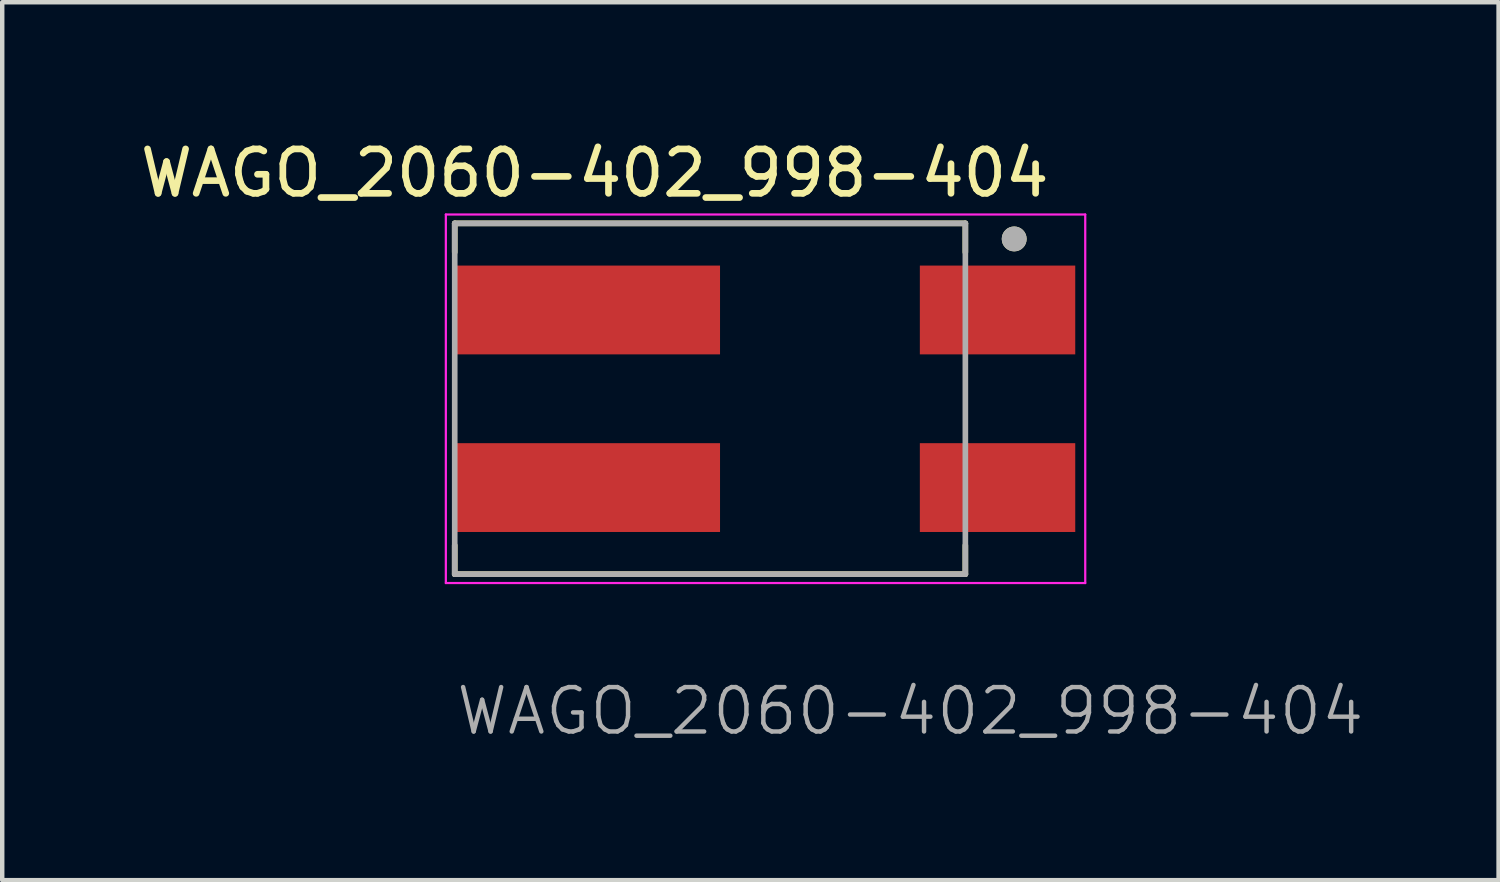
<source format=kicad_pcb>
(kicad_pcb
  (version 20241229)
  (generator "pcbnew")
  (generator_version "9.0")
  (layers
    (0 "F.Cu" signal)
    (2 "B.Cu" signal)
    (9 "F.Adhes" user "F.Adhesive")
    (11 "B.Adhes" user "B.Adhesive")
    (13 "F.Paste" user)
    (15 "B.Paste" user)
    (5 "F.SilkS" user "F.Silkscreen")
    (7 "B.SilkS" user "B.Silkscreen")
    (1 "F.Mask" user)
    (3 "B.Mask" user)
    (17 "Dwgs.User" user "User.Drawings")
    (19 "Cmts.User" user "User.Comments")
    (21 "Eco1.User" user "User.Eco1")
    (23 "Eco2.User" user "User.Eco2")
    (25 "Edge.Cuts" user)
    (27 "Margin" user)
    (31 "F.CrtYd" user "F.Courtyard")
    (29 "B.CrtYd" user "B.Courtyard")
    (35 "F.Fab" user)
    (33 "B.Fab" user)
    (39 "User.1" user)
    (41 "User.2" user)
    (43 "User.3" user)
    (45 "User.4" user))
  (footprint "WAGO_2060-402_998-404"
    (layer "F.Cu")
    (at 14.791 5.931)
    (property "Reference" "WAGO_2060-402_998-404" (at -4.447 -5.082 0) (layer "F.SilkS") (effects (font (size 1 1) (thickness 0.15))))
    (attr smd)
    (fp_line (start -7.6 -3.95) (end 3.9 -3.95) (stroke (width 0.127) (type solid)) (layer "F.SilkS"))
    (fp_line (start -7.6 -3.3) (end -7.6 -3.95) (stroke (width 0.127) (type solid)) (layer "F.SilkS"))
    (fp_line (start -7.6 3.3) (end -7.6 3.95) (stroke (width 0.127) (type solid)) (layer "F.SilkS"))
    (fp_line (start -7.6 3.95) (end 3.9 3.95) (stroke (width 0.127) (type solid)) (layer "F.SilkS"))
    (fp_line (start 3.9 -3.95) (end 3.9 -3.3) (stroke (width 0.127) (type solid)) (layer "F.SilkS"))
    (fp_line (start 3.9 3.95) (end 3.9 3.3) (stroke (width 0.127) (type solid)) (layer "F.SilkS"))
    (fp_circle (center 5 -3.6) (end 5.14 -3.6) (stroke (width 0.28) (type solid)) (fill no) (layer "F.SilkS"))
    (fp_line (start -7.8 -4.15) (end -7.8 4.15) (stroke (width 0.05) (type solid)) (layer "F.CrtYd"))
    (fp_line (start -7.8 4.15) (end 6.6 4.15) (stroke (width 0.05) (type solid)) (layer "F.CrtYd"))
    (fp_line (start 6.6 -4.15) (end -7.8 -4.15) (stroke (width 0.05) (type solid)) (layer "F.CrtYd"))
    (fp_line (start 6.6 4.15) (end 6.6 -4.15) (stroke (width 0.05) (type solid)) (layer "F.CrtYd"))
    (fp_line (start -7.6 -3.95) (end -7.6 3.95) (stroke (width 0.127) (type solid)) (layer "F.Fab"))
    (fp_line (start -7.6 3.95) (end 3.9 3.95) (stroke (width 0.127) (type solid)) (layer "F.Fab"))
    (fp_line (start 3.9 -3.95) (end -7.6 -3.95) (stroke (width 0.127) (type solid)) (layer "F.Fab"))
    (fp_line (start 3.9 3.95) (end 3.9 -3.95) (stroke (width 0.127) (type solid)) (layer "F.Fab"))
    (fp_circle (center 5 -3.6) (end 5.14 -3.6) (stroke (width 0.28) (type solid)) (fill no) (layer "F.Fab"))
    (fp_text user "${REFERENCE}" (at -7.62 7.62 0) (unlocked yes) (layer "F.Fab") (effects (font (size 1 1) (thickness 0.1)) (justify left bottom)))
    (pad "1" smd rect (at -4.625 -2) (size 6 2) (layers "F.Cu" "F.Mask" "F.Paste"))
    (pad "1" smd rect (at 4.625 -2) (size 3.5 2) (layers "F.Cu" "F.Mask" "F.Paste"))
    (pad "2" smd rect (at -4.625 2) (size 6 2) (layers "F.Cu" "F.Mask" "F.Paste"))
    (pad "2" smd rect (at 4.625 2) (size 3.5 2) (layers "F.Cu" "F.Mask" "F.Paste")))
  (gr_rect
    (start -3 -3)
    (end 30.7 16.772)
    (stroke (width 0.1) (type default))
    (fill no)
    (layer "Edge.Cuts")))
</source>
